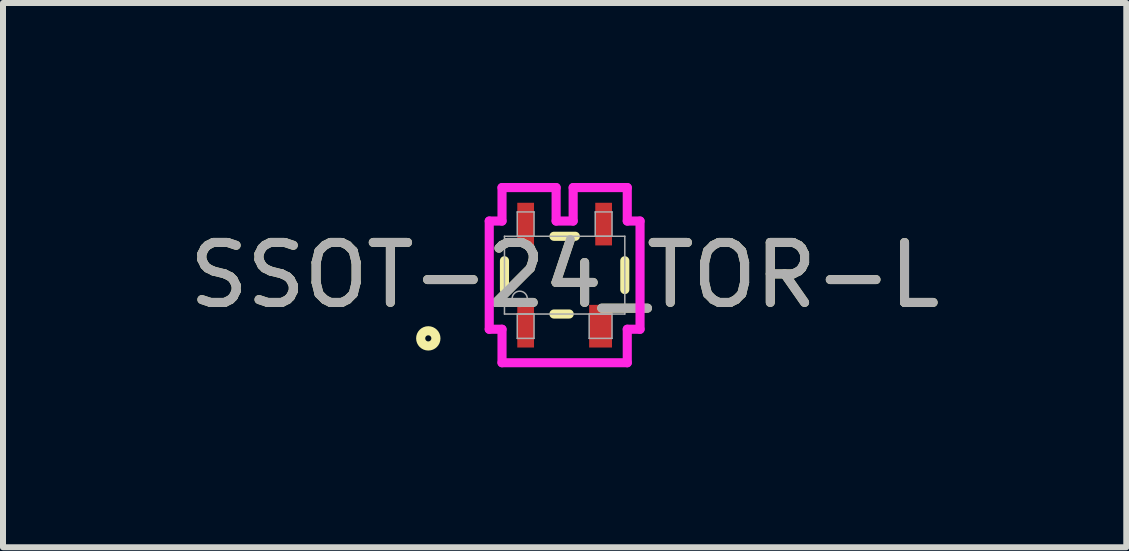
<source format=kicad_pcb>
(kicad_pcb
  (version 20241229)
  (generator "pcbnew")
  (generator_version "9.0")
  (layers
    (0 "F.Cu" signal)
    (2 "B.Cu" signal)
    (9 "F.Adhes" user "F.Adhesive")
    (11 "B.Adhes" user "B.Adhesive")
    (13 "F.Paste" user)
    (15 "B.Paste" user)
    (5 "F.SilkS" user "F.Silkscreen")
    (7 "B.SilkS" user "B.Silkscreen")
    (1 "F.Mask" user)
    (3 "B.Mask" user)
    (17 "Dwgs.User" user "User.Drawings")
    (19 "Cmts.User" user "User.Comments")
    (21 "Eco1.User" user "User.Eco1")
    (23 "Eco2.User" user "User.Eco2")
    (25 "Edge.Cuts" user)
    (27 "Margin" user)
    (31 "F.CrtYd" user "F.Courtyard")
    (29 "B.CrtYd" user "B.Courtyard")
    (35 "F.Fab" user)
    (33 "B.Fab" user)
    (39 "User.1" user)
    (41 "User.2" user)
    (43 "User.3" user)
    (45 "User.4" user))
  (footprint "SSOT-24_TOR-L"
    (layer "F.Cu")
    (at 6.363 1.537)
    (property "Reference" "SSOT-24_TOR-L" (at 0 0 0) (unlocked yes) (layer "F.SilkS") (effects (font (size 1 1) (thickness 0.15))))
    (attr smd)
    (fp_line (start -1.003 0.24) (end -1.003 -0.24) (stroke (width 0.152) (type solid)) (layer "F.SilkS"))
    (fp_line (start -0.178 -0.648) (end 0.178 -0.648) (stroke (width 0.152) (type solid)) (layer "F.SilkS"))
    (fp_line (start 0.076 0.648) (end -0.178 0.648) (stroke (width 0.152) (type solid)) (layer "F.SilkS"))
    (fp_line (start 1.003 -0.24) (end 1.003 0.24) (stroke (width 0.152) (type solid)) (layer "F.SilkS"))
    (fp_circle (center -2.273 1.054) (end -2.146 1.054) (stroke (width 0.152) (type solid)) (fill no) (layer "F.SilkS"))
    (fp_line (start -1.257 -0.902) (end -1.044 -0.902) (stroke (width 0.152) (type solid)) (layer "F.CrtYd"))
    (fp_line (start -1.257 0.902) (end -1.257 -0.902) (stroke (width 0.152) (type solid)) (layer "F.CrtYd"))
    (fp_line (start -1.044 -1.46) (end -0.142 -1.46) (stroke (width 0.152) (type solid)) (layer "F.CrtYd"))
    (fp_line (start -1.044 -0.902) (end -1.044 -1.46) (stroke (width 0.152) (type solid)) (layer "F.CrtYd"))
    (fp_line (start -1.044 0.902) (end -1.257 0.902) (stroke (width 0.152) (type solid)) (layer "F.CrtYd"))
    (fp_line (start -1.044 1.46) (end -1.044 0.902) (stroke (width 0.152) (type solid)) (layer "F.CrtYd"))
    (fp_line (start -0.142 -1.46) (end -0.142 -0.902) (stroke (width 0.152) (type solid)) (layer "F.CrtYd"))
    (fp_line (start -0.142 -0.902) (end 0.142 -0.902) (stroke (width 0.152) (type solid)) (layer "F.CrtYd"))
    (fp_line (start 0.142 -1.46) (end 1.044 -1.46) (stroke (width 0.152) (type solid)) (layer "F.CrtYd"))
    (fp_line (start 0.142 -0.902) (end 0.142 -1.46) (stroke (width 0.152) (type solid)) (layer "F.CrtYd"))
    (fp_line (start 1.044 -1.46) (end 1.044 -0.902) (stroke (width 0.152) (type solid)) (layer "F.CrtYd"))
    (fp_line (start 1.044 -0.902) (end 1.257 -0.902) (stroke (width 0.152) (type solid)) (layer "F.CrtYd"))
    (fp_line (start 1.044 0.902) (end 1.044 1.46) (stroke (width 0.152) (type solid)) (layer "F.CrtYd"))
    (fp_line (start 1.044 1.46) (end -1.044 1.46) (stroke (width 0.152) (type solid)) (layer "F.CrtYd"))
    (fp_line (start 1.257 -0.902) (end 1.257 0.902) (stroke (width 0.152) (type solid)) (layer "F.CrtYd"))
    (fp_line (start 1.257 0.902) (end 1.044 0.902) (stroke (width 0.152) (type solid)) (layer "F.CrtYd"))
    (fp_line (start -1.003 -0.648) (end 1.003 -0.648) (stroke (width 0.025) (type solid)) (layer "F.Fab"))
    (fp_line (start -1.003 0.648) (end -1.003 -0.648) (stroke (width 0.025) (type solid)) (layer "F.Fab"))
    (fp_line (start -0.79 -1.054) (end -0.79 -0.648) (stroke (width 0.025) (type solid)) (layer "F.Fab"))
    (fp_line (start -0.79 -0.648) (end -0.51 -0.648) (stroke (width 0.025) (type solid)) (layer "F.Fab"))
    (fp_line (start -0.79 0.648) (end -0.79 1.054) (stroke (width 0.025) (type solid)) (layer "F.Fab"))
    (fp_line (start -0.79 1.054) (end -0.51 1.054) (stroke (width 0.025) (type solid)) (layer "F.Fab"))
    (fp_line (start -0.51 -1.054) (end -0.79 -1.054) (stroke (width 0.025) (type solid)) (layer "F.Fab"))
    (fp_line (start -0.51 -0.648) (end -0.51 -1.054) (stroke (width 0.025) (type solid)) (layer "F.Fab"))
    (fp_line (start -0.51 0.648) (end -0.79 0.648) (stroke (width 0.025) (type solid)) (layer "F.Fab"))
    (fp_line (start -0.51 1.054) (end -0.51 0.648) (stroke (width 0.025) (type solid)) (layer "F.Fab"))
    (fp_line (start 0.409 0.648) (end 0.409 1.054) (stroke (width 0.025) (type solid)) (layer "F.Fab"))
    (fp_line (start 0.409 1.054) (end 0.79 1.054) (stroke (width 0.025) (type solid)) (layer "F.Fab"))
    (fp_line (start 0.51 -1.054) (end 0.51 -0.648) (stroke (width 0.025) (type solid)) (layer "F.Fab"))
    (fp_line (start 0.51 -0.648) (end 0.79 -0.648) (stroke (width 0.025) (type solid)) (layer "F.Fab"))
    (fp_line (start 0.79 -1.054) (end 0.51 -1.054) (stroke (width 0.025) (type solid)) (layer "F.Fab"))
    (fp_line (start 0.79 -0.648) (end 0.79 -1.054) (stroke (width 0.025) (type solid)) (layer "F.Fab"))
    (fp_line (start 0.79 0.648) (end 0.409 0.648) (stroke (width 0.025) (type solid)) (layer "F.Fab"))
    (fp_line (start 0.79 1.054) (end 0.79 0.648) (stroke (width 0.025) (type solid)) (layer "F.Fab"))
    (fp_line (start 1.003 -0.648) (end 1.003 0.648) (stroke (width 0.025) (type solid)) (layer "F.Fab"))
    (fp_line (start 1.003 0.648) (end -1.003 0.648) (stroke (width 0.025) (type solid)) (layer "F.Fab"))
    (fp_circle (center -0.749 0.394) (end -0.622 0.394) (stroke (width 0.025) (type solid)) (fill no) (layer "F.Fab"))
    (fp_text user "${REFERENCE}" (at 0 0 0) (unlocked yes) (layer "F.Fab") (effects (font (size 1 1) (thickness 0.15))))
    (pad "1" smd rect (at -0.65 0.851) (size 0.279 0.711) (layers "F.Cu" "F.Mask" "F.Paste"))
    (pad "2" smd rect (at 0.599 0.851) (size 0.381 0.711) (layers "F.Cu" "F.Mask" "F.Paste"))
    (pad "3" smd rect (at 0.65 -0.851) (size 0.279 0.711) (layers "F.Cu" "F.Mask" "F.Paste"))
    (pad "4" smd rect (at -0.65 -0.851) (size 0.279 0.711) (layers "F.Cu" "F.Mask" "F.Paste")))
  (gr_rect
    (start -3 -3)
    (end 15.726 6.073)
    (stroke (width 0.1) (type default))
    (fill no)
    (layer "Edge.Cuts")))
</source>
